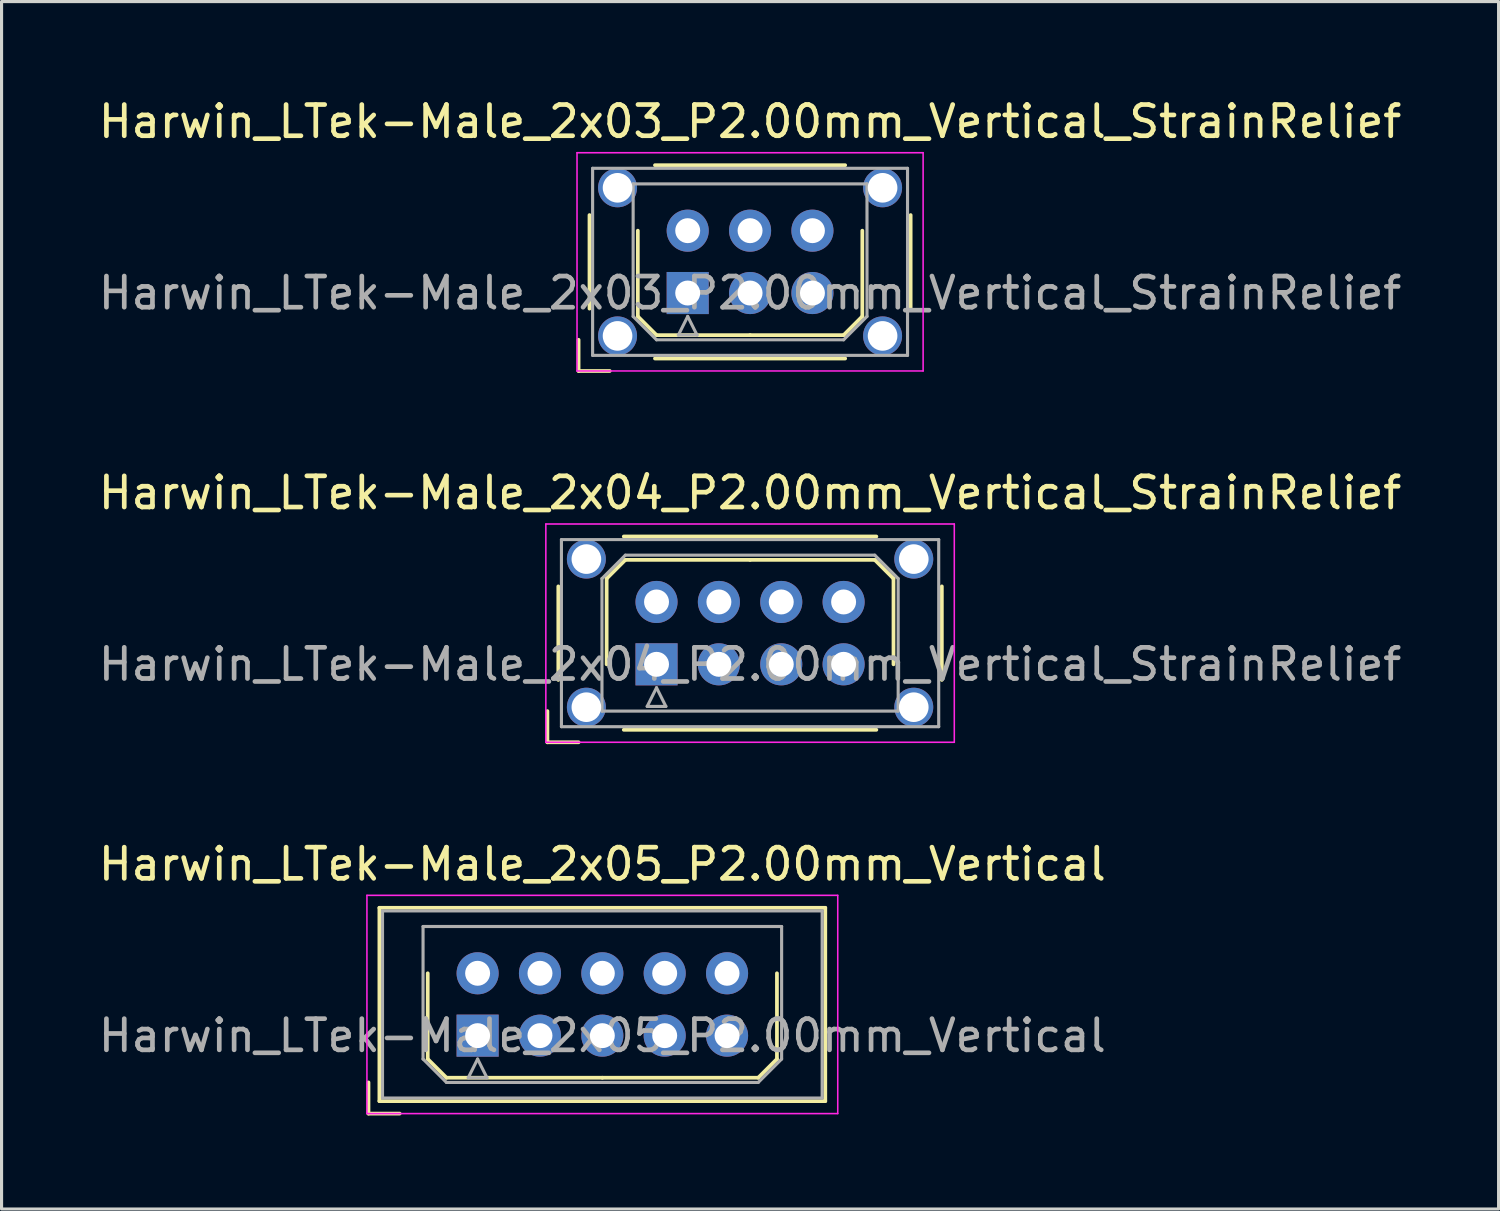
<source format=kicad_pcb>
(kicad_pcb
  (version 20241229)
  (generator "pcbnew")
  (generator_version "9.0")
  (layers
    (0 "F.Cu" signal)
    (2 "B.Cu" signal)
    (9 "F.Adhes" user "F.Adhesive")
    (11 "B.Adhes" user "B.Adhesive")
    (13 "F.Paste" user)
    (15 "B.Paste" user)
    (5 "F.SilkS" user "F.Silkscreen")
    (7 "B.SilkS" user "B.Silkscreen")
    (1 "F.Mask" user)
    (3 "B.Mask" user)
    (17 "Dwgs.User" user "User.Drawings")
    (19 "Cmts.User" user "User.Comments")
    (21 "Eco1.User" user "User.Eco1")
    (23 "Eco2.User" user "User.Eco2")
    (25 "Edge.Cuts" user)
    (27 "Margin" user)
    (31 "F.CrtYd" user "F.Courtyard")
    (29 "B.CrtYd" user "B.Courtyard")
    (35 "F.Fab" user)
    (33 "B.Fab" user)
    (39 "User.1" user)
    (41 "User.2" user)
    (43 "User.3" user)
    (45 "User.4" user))
  (footprint "Harwin_LTek-Male_2x03_P2.00mm_Vertical_StrainRelief"
    (layer "F.Cu")
    (at 19.006 6.348)
    (property "Reference" "Harwin_LTek-Male_2x03_P2.00mm_Vertical_StrainRelief" (at 2 -5.5 0) (layer "F.SilkS") (effects (font (size 1 1) (thickness 0.15))))
    (attr through_hole)
    (fp_line (start -3.5 1.5) (end -3.5 2.5) (stroke (width 0.12) (type solid)) (layer "F.SilkS"))
    (fp_line (start -3.5 2.5) (end -2.5 2.5) (stroke (width 0.12) (type solid)) (layer "F.SilkS"))
    (fp_line (start -3.15 -2.5) (end -3.15 0.5) (stroke (width 0.12) (type solid)) (layer "F.SilkS"))
    (fp_line (start -1.6 -2) (end -1.6 0.75) (stroke (width 0.12) (type solid)) (layer "F.SilkS"))
    (fp_line (start -1.6 0.75) (end -1 1.35) (stroke (width 0.12) (type solid)) (layer "F.SilkS"))
    (fp_line (start -1.05 -4.1) (end 5.05 -4.1) (stroke (width 0.12) (type solid)) (layer "F.SilkS"))
    (fp_line (start -1.05 2.1) (end 5.05 2.1) (stroke (width 0.12) (type solid)) (layer "F.SilkS"))
    (fp_line (start -1 1.35) (end 2 1.35) (stroke (width 0.12) (type solid)) (layer "F.SilkS"))
    (fp_line (start 5 1.35) (end 2 1.35) (stroke (width 0.12) (type solid)) (layer "F.SilkS"))
    (fp_line (start 5.6 -2) (end 5.6 0.75) (stroke (width 0.12) (type solid)) (layer "F.SilkS"))
    (fp_line (start 5.6 0.75) (end 5 1.35) (stroke (width 0.12) (type solid)) (layer "F.SilkS"))
    (fp_line (start 7.15 -2.5) (end 7.15 0.5) (stroke (width 0.12) (type solid)) (layer "F.SilkS"))
    (fp_line (start -3.55 -4.5) (end -3.55 2.5) (stroke (width 0.05) (type solid)) (layer "F.CrtYd"))
    (fp_line (start -3.55 2.5) (end 7.55 2.5) (stroke (width 0.05) (type solid)) (layer "F.CrtYd"))
    (fp_line (start 7.55 -4.5) (end -3.55 -4.5) (stroke (width 0.05) (type solid)) (layer "F.CrtYd"))
    (fp_line (start 7.55 2.5) (end 7.55 -4.5) (stroke (width 0.05) (type solid)) (layer "F.CrtYd"))
    (fp_line (start -3.05 -4) (end -3.05 2) (stroke (width 0.1) (type solid)) (layer "F.Fab"))
    (fp_line (start -3.05 2) (end 7.05 2) (stroke (width 0.1) (type solid)) (layer "F.Fab"))
    (fp_line (start -1.75 -3.5) (end 5.75 -3.5) (stroke (width 0.1) (type solid)) (layer "F.Fab"))
    (fp_line (start -1.75 0.75) (end -1.75 -3.5) (stroke (width 0.1) (type solid)) (layer "F.Fab"))
    (fp_line (start -1 1.5) (end -1.75 0.75) (stroke (width 0.1) (type solid)) (layer "F.Fab"))
    (fp_line (start -0.3 1.35) (end 0.3 1.35) (stroke (width 0.1) (type solid)) (layer "F.Fab"))
    (fp_line (start 0 0.75) (end -0.3 1.35) (stroke (width 0.1) (type solid)) (layer "F.Fab"))
    (fp_line (start 0.3 1.35) (end 0 0.75) (stroke (width 0.1) (type solid)) (layer "F.Fab"))
    (fp_line (start 5 1.5) (end -1 1.5) (stroke (width 0.1) (type solid)) (layer "F.Fab"))
    (fp_line (start 5.75 -3.5) (end 5.75 0.75) (stroke (width 0.1) (type solid)) (layer "F.Fab"))
    (fp_line (start 5.75 0.75) (end 5 1.5) (stroke (width 0.1) (type solid)) (layer "F.Fab"))
    (fp_line (start 7.05 -4) (end -3.05 -4) (stroke (width 0.1) (type solid)) (layer "F.Fab"))
    (fp_line (start 7.05 2) (end 7.05 -4) (stroke (width 0.1) (type solid)) (layer "F.Fab"))
    (fp_text user "${REFERENCE}" (at 2 0 0) (layer "F.Fab") (effects (font (size 1 1) (thickness 0.15))))
    (pad "" thru_hole circle (at -2.25 -3.375) (size 1.25 1.25) (drill 0.95) (layers "*.Cu" "*.Mask"))
    (pad "" thru_hole circle (at -2.25 1.375) (size 1.25 1.25) (drill 0.95) (layers "*.Cu" "*.Mask"))
    (pad "" thru_hole circle (at 6.25 -3.375) (size 1.25 1.25) (drill 0.95) (layers "*.Cu" "*.Mask"))
    (pad "" thru_hole circle (at 6.25 1.375) (size 1.25 1.25) (drill 0.95) (layers "*.Cu" "*.Mask"))
    (pad "1" thru_hole rect (at 0 0) (size 1.35 1.35) (drill 0.8) (layers "*.Cu" "*.Mask"))
    (pad "2" thru_hole circle (at 2 0) (size 1.35 1.35) (drill 0.8) (layers "*.Cu" "*.Mask"))
    (pad "3" thru_hole circle (at 4 0) (size 1.35 1.35) (drill 0.8) (layers "*.Cu" "*.Mask"))
    (pad "4" thru_hole circle (at 0 -2) (size 1.35 1.35) (drill 0.8) (layers "*.Cu" "*.Mask"))
    (pad "5" thru_hole circle (at 2 -2) (size 1.35 1.35) (drill 0.8) (layers "*.Cu" "*.Mask"))
    (pad "6" thru_hole circle (at 4 -2) (size 1.35 1.35) (drill 0.8) (layers "*.Cu" "*.Mask")))
  (footprint "Harwin_LTek-Male_2x05_P2.00mm_Vertical"
    (layer "F.Cu")
    (at 12.268 30.165)
    (property "Reference" "Harwin_LTek-Male_2x05_P2.00mm_Vertical" (at 4 -5.5 0) (layer "F.SilkS") (effects (font (size 1 1) (thickness 0.15))))
    (attr through_hole)
    (fp_line (start -3.5 1.5) (end -3.5 2.5) (stroke (width 0.12) (type solid)) (layer "F.SilkS"))
    (fp_line (start -3.5 2.5) (end -2.5 2.5) (stroke (width 0.12) (type solid)) (layer "F.SilkS"))
    (fp_line (start -3.15 -4.1) (end -3.15 2.1) (stroke (width 0.12) (type solid)) (layer "F.SilkS"))
    (fp_line (start -3.15 2.1) (end 11.15 2.1) (stroke (width 0.12) (type solid)) (layer "F.SilkS"))
    (fp_line (start -1.6 -2) (end -1.6 0.75) (stroke (width 0.12) (type solid)) (layer "F.SilkS"))
    (fp_line (start -1.6 0.75) (end -1 1.35) (stroke (width 0.12) (type solid)) (layer "F.SilkS"))
    (fp_line (start -1 1.35) (end 4 1.35) (stroke (width 0.12) (type solid)) (layer "F.SilkS"))
    (fp_line (start 9 1.35) (end 4 1.35) (stroke (width 0.12) (type solid)) (layer "F.SilkS"))
    (fp_line (start 9.6 -2) (end 9.6 0.75) (stroke (width 0.12) (type solid)) (layer "F.SilkS"))
    (fp_line (start 9.6 0.75) (end 9 1.35) (stroke (width 0.12) (type solid)) (layer "F.SilkS"))
    (fp_line (start 11.15 -4.1) (end -3.15 -4.1) (stroke (width 0.12) (type solid)) (layer "F.SilkS"))
    (fp_line (start 11.15 2.1) (end 11.15 -4.1) (stroke (width 0.12) (type solid)) (layer "F.SilkS"))
    (fp_line (start -3.55 -4.5) (end -3.55 2.5) (stroke (width 0.05) (type solid)) (layer "F.CrtYd"))
    (fp_line (start -3.55 2.5) (end 11.55 2.5) (stroke (width 0.05) (type solid)) (layer "F.CrtYd"))
    (fp_line (start 11.55 -4.5) (end -3.55 -4.5) (stroke (width 0.05) (type solid)) (layer "F.CrtYd"))
    (fp_line (start 11.55 2.5) (end 11.55 -4.5) (stroke (width 0.05) (type solid)) (layer "F.CrtYd"))
    (fp_line (start -3.05 -4) (end -3.05 2) (stroke (width 0.1) (type solid)) (layer "F.Fab"))
    (fp_line (start -3.05 2) (end 11.05 2) (stroke (width 0.1) (type solid)) (layer "F.Fab"))
    (fp_line (start -1.75 -3.5) (end 9.75 -3.5) (stroke (width 0.1) (type solid)) (layer "F.Fab"))
    (fp_line (start -1.75 0.75) (end -1.75 -3.5) (stroke (width 0.1) (type solid)) (layer "F.Fab"))
    (fp_line (start -1 1.5) (end -1.75 0.75) (stroke (width 0.1) (type solid)) (layer "F.Fab"))
    (fp_line (start -0.3 1.35) (end 0.3 1.35) (stroke (width 0.1) (type solid)) (layer "F.Fab"))
    (fp_line (start 0 0.75) (end -0.3 1.35) (stroke (width 0.1) (type solid)) (layer "F.Fab"))
    (fp_line (start 0.3 1.35) (end 0 0.75) (stroke (width 0.1) (type solid)) (layer "F.Fab"))
    (fp_line (start 9 1.5) (end -1 1.5) (stroke (width 0.1) (type solid)) (layer "F.Fab"))
    (fp_line (start 9.75 -3.5) (end 9.75 0.75) (stroke (width 0.1) (type solid)) (layer "F.Fab"))
    (fp_line (start 9.75 0.75) (end 9 1.5) (stroke (width 0.1) (type solid)) (layer "F.Fab"))
    (fp_line (start 11.05 -4) (end -3.05 -4) (stroke (width 0.1) (type solid)) (layer "F.Fab"))
    (fp_line (start 11.05 2) (end 11.05 -4) (stroke (width 0.1) (type solid)) (layer "F.Fab"))
    (fp_text user "${REFERENCE}" (at 4 0 0) (layer "F.Fab") (effects (font (size 1 1) (thickness 0.15))))
    (pad "1" thru_hole rect (at 0 0) (size 1.35 1.35) (drill 0.8) (layers "*.Cu" "*.Mask"))
    (pad "2" thru_hole circle (at 2 0) (size 1.35 1.35) (drill 0.8) (layers "*.Cu" "*.Mask"))
    (pad "3" thru_hole circle (at 4 0) (size 1.35 1.35) (drill 0.8) (layers "*.Cu" "*.Mask"))
    (pad "4" thru_hole circle (at 6 0) (size 1.35 1.35) (drill 0.8) (layers "*.Cu" "*.Mask"))
    (pad "5" thru_hole circle (at 8 0) (size 1.35 1.35) (drill 0.8) (layers "*.Cu" "*.Mask"))
    (pad "6" thru_hole circle (at 0 -2) (size 1.35 1.35) (drill 0.8) (layers "*.Cu" "*.Mask"))
    (pad "7" thru_hole circle (at 2 -2) (size 1.35 1.35) (drill 0.8) (layers "*.Cu" "*.Mask"))
    (pad "8" thru_hole circle (at 4 -2) (size 1.35 1.35) (drill 0.8) (layers "*.Cu" "*.Mask"))
    (pad "9" thru_hole circle (at 6 -2) (size 1.35 1.35) (drill 0.8) (layers "*.Cu" "*.Mask"))
    (pad "10" thru_hole circle (at 8 -2) (size 1.35 1.35) (drill 0.8) (layers "*.Cu" "*.Mask")))
  (footprint "Harwin_LTek-Male_2x04_P2.00mm_Vertical_StrainRelief"
    (layer "F.Cu")
    (at 18.006 18.256)
    (property "Reference" "Harwin_LTek-Male_2x04_P2.00mm_Vertical_StrainRelief" (at 3 -5.5 0) (layer "F.SilkS") (effects (font (size 1 1) (thickness 0.15))))
    (attr through_hole)
    (fp_line (start -3.5 1.5) (end -3.5 2.5) (stroke (width 0.12) (type solid)) (layer "F.SilkS"))
    (fp_line (start -3.5 2.5) (end -2.5 2.5) (stroke (width 0.12) (type solid)) (layer "F.SilkS"))
    (fp_line (start -3.15 -2.5) (end -3.15 0.5) (stroke (width 0.12) (type solid)) (layer "F.SilkS"))
    (fp_line (start -1.6 -2.75) (end -1 -3.35) (stroke (width 0.12) (type solid)) (layer "F.SilkS"))
    (fp_line (start -1.6 0) (end -1.6 -2.75) (stroke (width 0.12) (type solid)) (layer "F.SilkS"))
    (fp_line (start -1.05 -4.1) (end 7.05 -4.1) (stroke (width 0.12) (type solid)) (layer "F.SilkS"))
    (fp_line (start -1.05 2.1) (end 7.05 2.1) (stroke (width 0.12) (type solid)) (layer "F.SilkS"))
    (fp_line (start -1 -3.35) (end 3 -3.35) (stroke (width 0.12) (type solid)) (layer "F.SilkS"))
    (fp_line (start 7 -3.35) (end 3 -3.35) (stroke (width 0.12) (type solid)) (layer "F.SilkS"))
    (fp_line (start 7.6 -2.75) (end 7 -3.35) (stroke (width 0.12) (type solid)) (layer "F.SilkS"))
    (fp_line (start 7.6 0) (end 7.6 -2.75) (stroke (width 0.12) (type solid)) (layer "F.SilkS"))
    (fp_line (start 9.15 -2.5) (end 9.15 0.5) (stroke (width 0.12) (type solid)) (layer "F.SilkS"))
    (fp_line (start -3.55 -4.5) (end -3.55 2.5) (stroke (width 0.05) (type solid)) (layer "F.CrtYd"))
    (fp_line (start -3.55 2.5) (end 9.55 2.5) (stroke (width 0.05) (type solid)) (layer "F.CrtYd"))
    (fp_line (start 9.55 -4.5) (end -3.55 -4.5) (stroke (width 0.05) (type solid)) (layer "F.CrtYd"))
    (fp_line (start 9.55 2.5) (end 9.55 -4.5) (stroke (width 0.05) (type solid)) (layer "F.CrtYd"))
    (fp_line (start -3.05 -4) (end -3.05 2) (stroke (width 0.1) (type solid)) (layer "F.Fab"))
    (fp_line (start -3.05 2) (end 9.05 2) (stroke (width 0.1) (type solid)) (layer "F.Fab"))
    (fp_line (start -1.75 -2.75) (end -1 -3.5) (stroke (width 0.1) (type solid)) (layer "F.Fab"))
    (fp_line (start -1.75 1.5) (end -1.75 -2.75) (stroke (width 0.1) (type solid)) (layer "F.Fab"))
    (fp_line (start -1 -3.5) (end 7 -3.5) (stroke (width 0.1) (type solid)) (layer "F.Fab"))
    (fp_line (start -0.3 1.35) (end 0.3 1.35) (stroke (width 0.1) (type solid)) (layer "F.Fab"))
    (fp_line (start 0 0.75) (end -0.3 1.35) (stroke (width 0.1) (type solid)) (layer "F.Fab"))
    (fp_line (start 0.3 1.35) (end 0 0.75) (stroke (width 0.1) (type solid)) (layer "F.Fab"))
    (fp_line (start 7 -3.5) (end 7.75 -2.75) (stroke (width 0.1) (type solid)) (layer "F.Fab"))
    (fp_line (start 7.75 -2.75) (end 7.75 1.5) (stroke (width 0.1) (type solid)) (layer "F.Fab"))
    (fp_line (start 7.75 1.5) (end -1.75 1.5) (stroke (width 0.1) (type solid)) (layer "F.Fab"))
    (fp_line (start 9.05 -4) (end -3.05 -4) (stroke (width 0.1) (type solid)) (layer "F.Fab"))
    (fp_line (start 9.05 2) (end 9.05 -4) (stroke (width 0.1) (type solid)) (layer "F.Fab"))
    (fp_text user "${REFERENCE}" (at 3 0 0) (layer "F.Fab") (effects (font (size 1 1) (thickness 0.15))))
    (pad "" thru_hole circle (at -2.25 -3.375) (size 1.25 1.25) (drill 0.95) (layers "*.Cu" "*.Mask"))
    (pad "" thru_hole circle (at -2.25 1.375) (size 1.25 1.25) (drill 0.95) (layers "*.Cu" "*.Mask"))
    (pad "" thru_hole circle (at 8.25 -3.375) (size 1.25 1.25) (drill 0.95) (layers "*.Cu" "*.Mask"))
    (pad "" thru_hole circle (at 8.25 1.375) (size 1.25 1.25) (drill 0.95) (layers "*.Cu" "*.Mask"))
    (pad "1" thru_hole rect (at 0 0) (size 1.35 1.35) (drill 0.8) (layers "*.Cu" "*.Mask"))
    (pad "2" thru_hole circle (at 2 0) (size 1.35 1.35) (drill 0.8) (layers "*.Cu" "*.Mask"))
    (pad "3" thru_hole circle (at 4 0) (size 1.35 1.35) (drill 0.8) (layers "*.Cu" "*.Mask"))
    (pad "4" thru_hole circle (at 6 0) (size 1.35 1.35) (drill 0.8) (layers "*.Cu" "*.Mask"))
    (pad "5" thru_hole circle (at 0 -2) (size 1.35 1.35) (drill 0.8) (layers "*.Cu" "*.Mask"))
    (pad "6" thru_hole circle (at 2 -2) (size 1.35 1.35) (drill 0.8) (layers "*.Cu" "*.Mask"))
    (pad "7" thru_hole circle (at 4 -2) (size 1.35 1.35) (drill 0.8) (layers "*.Cu" "*.Mask"))
    (pad "8" thru_hole circle (at 6 -2) (size 1.35 1.35) (drill 0.8) (layers "*.Cu" "*.Mask")))
  (gr_rect
    (start -3 -3)
    (end 45.012 35.725)
    (stroke (width 0.1) (type default))
    (fill no)
    (layer "Edge.Cuts")))
</source>
